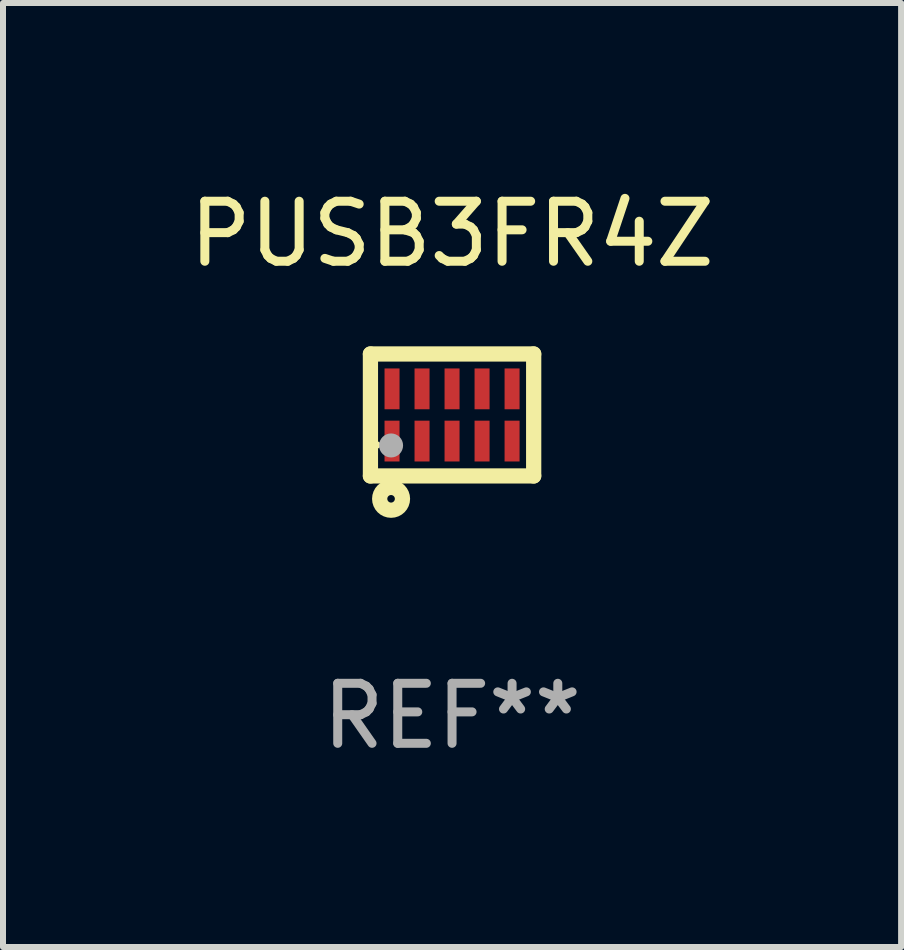
<source format=kicad_pcb>
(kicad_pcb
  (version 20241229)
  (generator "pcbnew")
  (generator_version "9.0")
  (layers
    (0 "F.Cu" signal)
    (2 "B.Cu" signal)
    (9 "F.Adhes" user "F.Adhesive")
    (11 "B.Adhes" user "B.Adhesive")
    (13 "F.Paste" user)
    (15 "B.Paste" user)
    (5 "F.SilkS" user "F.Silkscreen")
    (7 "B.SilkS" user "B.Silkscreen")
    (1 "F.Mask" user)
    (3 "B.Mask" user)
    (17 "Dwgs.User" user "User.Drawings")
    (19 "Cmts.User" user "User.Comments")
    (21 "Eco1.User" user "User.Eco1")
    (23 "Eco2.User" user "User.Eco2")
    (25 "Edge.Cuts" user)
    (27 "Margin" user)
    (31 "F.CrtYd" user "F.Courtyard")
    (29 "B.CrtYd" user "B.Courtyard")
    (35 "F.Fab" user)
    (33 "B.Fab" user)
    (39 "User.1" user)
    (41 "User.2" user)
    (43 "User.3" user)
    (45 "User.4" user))
  (footprint "PUSB3FR4Z"
    (layer "F.Cu")
    (at 4.482 3.864)
    (property "Reference" "PUSB3FR4Z" (at 0 -3.016 0) (layer "F.SilkS") (effects (font (size 1 1) (thickness 0.15))))
    (attr through_hole)
    (fp_line (start -1.36 1.016) (end 1.36 1.016) (stroke (width 0.254) (type solid)) (layer "F.SilkS"))
    (fp_line (start -1.36 -1.016) (end -1.36 1.016) (stroke (width 0.254) (type solid)) (layer "F.SilkS"))
    (fp_line (start -1.36 -1.016) (end 1.36 -1.016) (stroke (width 0.254) (type solid)) (layer "F.SilkS"))
    (fp_line (start 1.36 -1.016) (end 1.36 1.016) (stroke (width 0.254) (type solid)) (layer "F.SilkS"))
    (fp_circle (center -1.25 0.5) (end -1.22 0.5) (stroke (width 0.06) (type solid)) (fill no) (layer "F.SilkS"))
    (fp_circle (center -1.016 1.397) (end -0.953 1.397) (stroke (width 0.254) (type solid)) (fill no) (layer "F.SilkS"))
    (fp_circle (center -1.016 0.508) (end -0.916 0.508) (stroke (width 0.2) (type solid)) (fill no) (layer "F.Fab"))
    (fp_text user "REF**" (at 0 5.016 0) (layer "F.Fab") (effects (font (size 1 1) (thickness 0.15))))
    (pad "1" smd rect (at -1 0.435) (size 0.25 0.68) (layers "F.Cu" "F.Mask" "F.Paste"))
    (pad "2" smd rect (at -0.5 0.435) (size 0.25 0.68) (layers "F.Cu" "F.Mask" "F.Paste"))
    (pad "3" smd rect (at 0 0.435) (size 0.25 0.68) (layers "F.Cu" "F.Mask" "F.Paste"))
    (pad "4" smd rect (at 0.5 0.435) (size 0.25 0.68) (layers "F.Cu" "F.Mask" "F.Paste"))
    (pad "5" smd rect (at 1 0.435) (size 0.25 0.68) (layers "F.Cu" "F.Mask" "F.Paste"))
    (pad "6" smd rect (at 1 -0.435) (size 0.25 0.68) (layers "F.Cu" "F.Mask" "F.Paste"))
    (pad "7" smd rect (at 0.5 -0.435) (size 0.25 0.68) (layers "F.Cu" "F.Mask" "F.Paste"))
    (pad "8" smd rect (at 0 -0.435) (size 0.25 0.68) (layers "F.Cu" "F.Mask" "F.Paste"))
    (pad "9" smd rect (at -0.5 -0.435) (size 0.25 0.68) (layers "F.Cu" "F.Mask" "F.Paste"))
    (pad "10" smd rect (at -1 -0.435) (size 0.25 0.68) (layers "F.Cu" "F.Mask" "F.Paste")))
  (gr_rect
    (start -3 -3)
    (end 11.964 12.729)
    (stroke (width 0.1) (type default))
    (fill no)
    (layer "Edge.Cuts")))
</source>
